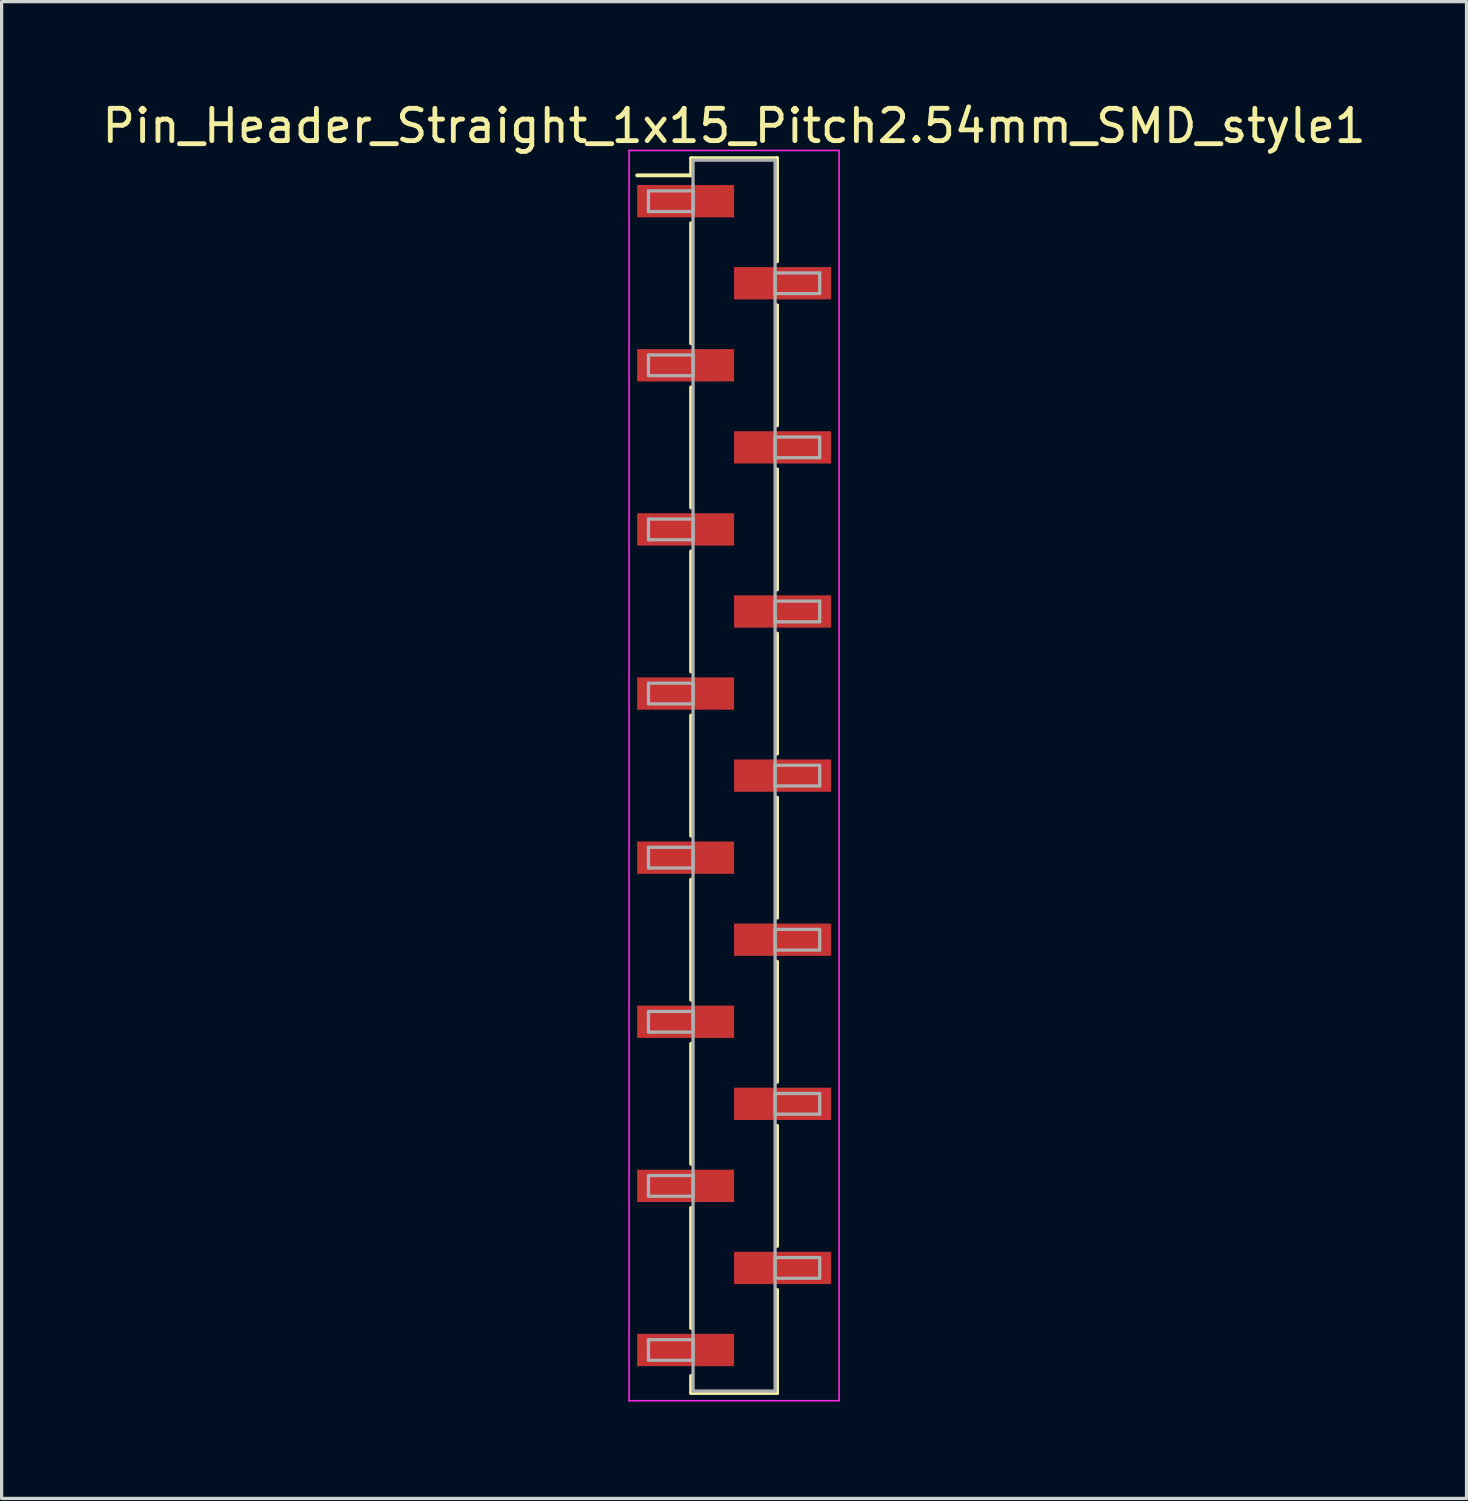
<source format=kicad_pcb>
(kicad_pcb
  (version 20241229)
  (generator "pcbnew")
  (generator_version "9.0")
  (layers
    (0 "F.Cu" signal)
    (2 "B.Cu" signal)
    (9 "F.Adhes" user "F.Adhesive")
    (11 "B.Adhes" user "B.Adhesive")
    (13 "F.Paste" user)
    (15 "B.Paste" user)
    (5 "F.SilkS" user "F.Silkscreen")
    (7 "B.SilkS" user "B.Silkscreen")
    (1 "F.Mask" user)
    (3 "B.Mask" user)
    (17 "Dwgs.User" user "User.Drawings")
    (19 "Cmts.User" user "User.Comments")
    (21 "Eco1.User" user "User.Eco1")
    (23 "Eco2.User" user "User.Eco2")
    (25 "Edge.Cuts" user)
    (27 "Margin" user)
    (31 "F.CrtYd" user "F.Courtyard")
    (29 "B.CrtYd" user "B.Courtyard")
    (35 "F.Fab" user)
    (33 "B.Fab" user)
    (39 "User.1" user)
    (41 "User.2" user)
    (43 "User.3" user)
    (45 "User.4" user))
  (footprint "Pin_Header_Straight_1x15_Pitch2.54mm_SMD_style1"
    (layer "F.Cu")
    (at 19.673 20.958)
    (property "Reference" "Pin_Header_Straight_1x15_Pitch2.54mm_SMD_style1" (at 0 -20.11 0) (layer "F.SilkS") (effects (font (size 1 1) (thickness 0.15))))
    (attr smd)
    (fp_line (start -1.33 -19.11) (end 1.33 -19.11) (stroke (width 0.12) (type solid)) (layer "F.SilkS"))
    (fp_line (start -1.33 -18.58) (end -3 -18.58) (stroke (width 0.12) (type solid)) (layer "F.SilkS"))
    (fp_line (start -1.33 -18.58) (end -1.33 -19.11) (stroke (width 0.12) (type solid)) (layer "F.SilkS"))
    (fp_line (start -1.33 -17.1) (end -1.33 -13.38) (stroke (width 0.12) (type solid)) (layer "F.SilkS"))
    (fp_line (start -1.33 -12.02) (end -1.33 -8.3) (stroke (width 0.12) (type solid)) (layer "F.SilkS"))
    (fp_line (start -1.33 -6.94) (end -1.33 -3.22) (stroke (width 0.12) (type solid)) (layer "F.SilkS"))
    (fp_line (start -1.33 -1.86) (end -1.33 1.86) (stroke (width 0.12) (type solid)) (layer "F.SilkS"))
    (fp_line (start -1.33 3.22) (end -1.33 6.94) (stroke (width 0.12) (type solid)) (layer "F.SilkS"))
    (fp_line (start -1.33 8.3) (end -1.33 12.02) (stroke (width 0.12) (type solid)) (layer "F.SilkS"))
    (fp_line (start -1.33 13.38) (end -1.33 17.1) (stroke (width 0.12) (type solid)) (layer "F.SilkS"))
    (fp_line (start -1.33 18.58) (end -1.33 19.11) (stroke (width 0.12) (type solid)) (layer "F.SilkS"))
    (fp_line (start -1.33 19.11) (end 1.33 19.11) (stroke (width 0.12) (type solid)) (layer "F.SilkS"))
    (fp_line (start 1.33 -19.11) (end 1.33 -18.58) (stroke (width 0.12) (type solid)) (layer "F.SilkS"))
    (fp_line (start 1.33 -19.11) (end 1.33 -15.92) (stroke (width 0.12) (type solid)) (layer "F.SilkS"))
    (fp_line (start 1.33 -14.56) (end 1.33 -10.84) (stroke (width 0.12) (type solid)) (layer "F.SilkS"))
    (fp_line (start 1.33 -9.48) (end 1.33 -5.76) (stroke (width 0.12) (type solid)) (layer "F.SilkS"))
    (fp_line (start 1.33 -4.4) (end 1.33 -0.68) (stroke (width 0.12) (type solid)) (layer "F.SilkS"))
    (fp_line (start 1.33 0.68) (end 1.33 4.4) (stroke (width 0.12) (type solid)) (layer "F.SilkS"))
    (fp_line (start 1.33 5.76) (end 1.33 9.48) (stroke (width 0.12) (type solid)) (layer "F.SilkS"))
    (fp_line (start 1.33 10.84) (end 1.33 14.56) (stroke (width 0.12) (type solid)) (layer "F.SilkS"))
    (fp_line (start 1.33 15.92) (end 1.33 19.11) (stroke (width 0.12) (type solid)) (layer "F.SilkS"))
    (fp_line (start 1.33 19.11) (end 1.33 18.58) (stroke (width 0.12) (type solid)) (layer "F.SilkS"))
    (fp_line (start -3.25 -19.35) (end -3.25 19.35) (stroke (width 0.05) (type solid)) (layer "F.CrtYd"))
    (fp_line (start -3.25 19.35) (end 3.25 19.35) (stroke (width 0.05) (type solid)) (layer "F.CrtYd"))
    (fp_line (start 3.25 -19.35) (end -3.25 -19.35) (stroke (width 0.05) (type solid)) (layer "F.CrtYd"))
    (fp_line (start 3.25 19.35) (end 3.25 -19.35) (stroke (width 0.05) (type solid)) (layer "F.CrtYd"))
    (fp_line (start -2.65 -18.1) (end -1.27 -18.1) (stroke (width 0.1) (type solid)) (layer "F.Fab"))
    (fp_line (start -2.65 -17.46) (end -2.65 -18.1) (stroke (width 0.1) (type solid)) (layer "F.Fab"))
    (fp_line (start -2.65 -13.02) (end -1.27 -13.02) (stroke (width 0.1) (type solid)) (layer "F.Fab"))
    (fp_line (start -2.65 -12.38) (end -2.65 -13.02) (stroke (width 0.1) (type solid)) (layer "F.Fab"))
    (fp_line (start -2.65 -7.94) (end -1.27 -7.94) (stroke (width 0.1) (type solid)) (layer "F.Fab"))
    (fp_line (start -2.65 -7.3) (end -2.65 -7.94) (stroke (width 0.1) (type solid)) (layer "F.Fab"))
    (fp_line (start -2.65 -2.86) (end -1.27 -2.86) (stroke (width 0.1) (type solid)) (layer "F.Fab"))
    (fp_line (start -2.65 -2.22) (end -2.65 -2.86) (stroke (width 0.1) (type solid)) (layer "F.Fab"))
    (fp_line (start -2.65 2.22) (end -1.27 2.22) (stroke (width 0.1) (type solid)) (layer "F.Fab"))
    (fp_line (start -2.65 2.86) (end -2.65 2.22) (stroke (width 0.1) (type solid)) (layer "F.Fab"))
    (fp_line (start -2.65 7.3) (end -1.27 7.3) (stroke (width 0.1) (type solid)) (layer "F.Fab"))
    (fp_line (start -2.65 7.94) (end -2.65 7.3) (stroke (width 0.1) (type solid)) (layer "F.Fab"))
    (fp_line (start -2.65 12.38) (end -1.27 12.38) (stroke (width 0.1) (type solid)) (layer "F.Fab"))
    (fp_line (start -2.65 13.02) (end -2.65 12.38) (stroke (width 0.1) (type solid)) (layer "F.Fab"))
    (fp_line (start -2.65 17.46) (end -1.27 17.46) (stroke (width 0.1) (type solid)) (layer "F.Fab"))
    (fp_line (start -2.65 18.1) (end -2.65 17.46) (stroke (width 0.1) (type solid)) (layer "F.Fab"))
    (fp_line (start -1.27 -19.05) (end -1.27 19.05) (stroke (width 0.1) (type solid)) (layer "F.Fab"))
    (fp_line (start -1.27 -18.1) (end -1.27 -17.46) (stroke (width 0.1) (type solid)) (layer "F.Fab"))
    (fp_line (start -1.27 -17.46) (end -2.65 -17.46) (stroke (width 0.1) (type solid)) (layer "F.Fab"))
    (fp_line (start -1.27 -13.02) (end -1.27 -12.38) (stroke (width 0.1) (type solid)) (layer "F.Fab"))
    (fp_line (start -1.27 -12.38) (end -2.65 -12.38) (stroke (width 0.1) (type solid)) (layer "F.Fab"))
    (fp_line (start -1.27 -7.94) (end -1.27 -7.3) (stroke (width 0.1) (type solid)) (layer "F.Fab"))
    (fp_line (start -1.27 -7.3) (end -2.65 -7.3) (stroke (width 0.1) (type solid)) (layer "F.Fab"))
    (fp_line (start -1.27 -2.86) (end -1.27 -2.22) (stroke (width 0.1) (type solid)) (layer "F.Fab"))
    (fp_line (start -1.27 -2.22) (end -2.65 -2.22) (stroke (width 0.1) (type solid)) (layer "F.Fab"))
    (fp_line (start -1.27 2.22) (end -1.27 2.86) (stroke (width 0.1) (type solid)) (layer "F.Fab"))
    (fp_line (start -1.27 2.86) (end -2.65 2.86) (stroke (width 0.1) (type solid)) (layer "F.Fab"))
    (fp_line (start -1.27 7.3) (end -1.27 7.94) (stroke (width 0.1) (type solid)) (layer "F.Fab"))
    (fp_line (start -1.27 7.94) (end -2.65 7.94) (stroke (width 0.1) (type solid)) (layer "F.Fab"))
    (fp_line (start -1.27 12.38) (end -1.27 13.02) (stroke (width 0.1) (type solid)) (layer "F.Fab"))
    (fp_line (start -1.27 13.02) (end -2.65 13.02) (stroke (width 0.1) (type solid)) (layer "F.Fab"))
    (fp_line (start -1.27 17.46) (end -1.27 18.1) (stroke (width 0.1) (type solid)) (layer "F.Fab"))
    (fp_line (start -1.27 18.1) (end -2.65 18.1) (stroke (width 0.1) (type solid)) (layer "F.Fab"))
    (fp_line (start -1.27 19.05) (end 1.27 19.05) (stroke (width 0.1) (type solid)) (layer "F.Fab"))
    (fp_line (start 1.27 -19.05) (end -1.27 -19.05) (stroke (width 0.1) (type solid)) (layer "F.Fab"))
    (fp_line (start 1.27 -15.56) (end 1.27 -14.92) (stroke (width 0.1) (type solid)) (layer "F.Fab"))
    (fp_line (start 1.27 -14.92) (end 2.65 -14.92) (stroke (width 0.1) (type solid)) (layer "F.Fab"))
    (fp_line (start 1.27 -10.48) (end 1.27 -9.84) (stroke (width 0.1) (type solid)) (layer "F.Fab"))
    (fp_line (start 1.27 -9.84) (end 2.65 -9.84) (stroke (width 0.1) (type solid)) (layer "F.Fab"))
    (fp_line (start 1.27 -5.4) (end 1.27 -4.76) (stroke (width 0.1) (type solid)) (layer "F.Fab"))
    (fp_line (start 1.27 -4.76) (end 2.65 -4.76) (stroke (width 0.1) (type solid)) (layer "F.Fab"))
    (fp_line (start 1.27 -0.32) (end 1.27 0.32) (stroke (width 0.1) (type solid)) (layer "F.Fab"))
    (fp_line (start 1.27 0.32) (end 2.65 0.32) (stroke (width 0.1) (type solid)) (layer "F.Fab"))
    (fp_line (start 1.27 4.76) (end 1.27 5.4) (stroke (width 0.1) (type solid)) (layer "F.Fab"))
    (fp_line (start 1.27 5.4) (end 2.65 5.4) (stroke (width 0.1) (type solid)) (layer "F.Fab"))
    (fp_line (start 1.27 9.84) (end 1.27 10.48) (stroke (width 0.1) (type solid)) (layer "F.Fab"))
    (fp_line (start 1.27 10.48) (end 2.65 10.48) (stroke (width 0.1) (type solid)) (layer "F.Fab"))
    (fp_line (start 1.27 14.92) (end 1.27 15.56) (stroke (width 0.1) (type solid)) (layer "F.Fab"))
    (fp_line (start 1.27 15.56) (end 2.65 15.56) (stroke (width 0.1) (type solid)) (layer "F.Fab"))
    (fp_line (start 1.27 19.05) (end 1.27 -19.05) (stroke (width 0.1) (type solid)) (layer "F.Fab"))
    (fp_line (start 2.65 -15.56) (end 1.27 -15.56) (stroke (width 0.1) (type solid)) (layer "F.Fab"))
    (fp_line (start 2.65 -14.92) (end 2.65 -15.56) (stroke (width 0.1) (type solid)) (layer "F.Fab"))
    (fp_line (start 2.65 -10.48) (end 1.27 -10.48) (stroke (width 0.1) (type solid)) (layer "F.Fab"))
    (fp_line (start 2.65 -9.84) (end 2.65 -10.48) (stroke (width 0.1) (type solid)) (layer "F.Fab"))
    (fp_line (start 2.65 -5.4) (end 1.27 -5.4) (stroke (width 0.1) (type solid)) (layer "F.Fab"))
    (fp_line (start 2.65 -4.76) (end 2.65 -5.4) (stroke (width 0.1) (type solid)) (layer "F.Fab"))
    (fp_line (start 2.65 -0.32) (end 1.27 -0.32) (stroke (width 0.1) (type solid)) (layer "F.Fab"))
    (fp_line (start 2.65 0.32) (end 2.65 -0.32) (stroke (width 0.1) (type solid)) (layer "F.Fab"))
    (fp_line (start 2.65 4.76) (end 1.27 4.76) (stroke (width 0.1) (type solid)) (layer "F.Fab"))
    (fp_line (start 2.65 5.4) (end 2.65 4.76) (stroke (width 0.1) (type solid)) (layer "F.Fab"))
    (fp_line (start 2.65 9.84) (end 1.27 9.84) (stroke (width 0.1) (type solid)) (layer "F.Fab"))
    (fp_line (start 2.65 10.48) (end 2.65 9.84) (stroke (width 0.1) (type solid)) (layer "F.Fab"))
    (fp_line (start 2.65 14.92) (end 1.27 14.92) (stroke (width 0.1) (type solid)) (layer "F.Fab"))
    (fp_line (start 2.65 15.56) (end 2.65 14.92) (stroke (width 0.1) (type solid)) (layer "F.Fab"))
    (pad "1" smd rect (at -1.5 -17.78) (size 3 1) (layers "F.Cu" "F.Mask"))
    (pad "2" smd rect (at 1.5 -15.24) (size 3 1) (layers "F.Cu" "F.Mask"))
    (pad "3" smd rect (at -1.5 -12.7) (size 3 1) (layers "F.Cu" "F.Mask"))
    (pad "4" smd rect (at 1.5 -10.16) (size 3 1) (layers "F.Cu" "F.Mask"))
    (pad "5" smd rect (at -1.5 -7.62) (size 3 1) (layers "F.Cu" "F.Mask"))
    (pad "6" smd rect (at 1.5 -5.08) (size 3 1) (layers "F.Cu" "F.Mask"))
    (pad "7" smd rect (at -1.5 -2.54) (size 3 1) (layers "F.Cu" "F.Mask"))
    (pad "8" smd rect (at 1.5 0) (size 3 1) (layers "F.Cu" "F.Mask"))
    (pad "9" smd rect (at -1.5 2.54) (size 3 1) (layers "F.Cu" "F.Mask"))
    (pad "10" smd rect (at 1.5 5.08) (size 3 1) (layers "F.Cu" "F.Mask"))
    (pad "11" smd rect (at -1.5 7.62) (size 3 1) (layers "F.Cu" "F.Mask"))
    (pad "12" smd rect (at 1.5 10.16) (size 3 1) (layers "F.Cu" "F.Mask"))
    (pad "13" smd rect (at -1.5 12.7) (size 3 1) (layers "F.Cu" "F.Mask"))
    (pad "14" smd rect (at 1.5 15.24) (size 3 1) (layers "F.Cu" "F.Mask"))
    (pad "15" smd rect (at -1.5 17.78) (size 3 1) (layers "F.Cu" "F.Mask")))
  (gr_rect
    (start -3 -3)
    (end 42.345 43.333)
    (stroke (width 0.1) (type default))
    (fill no)
    (layer "Edge.Cuts")))
</source>
